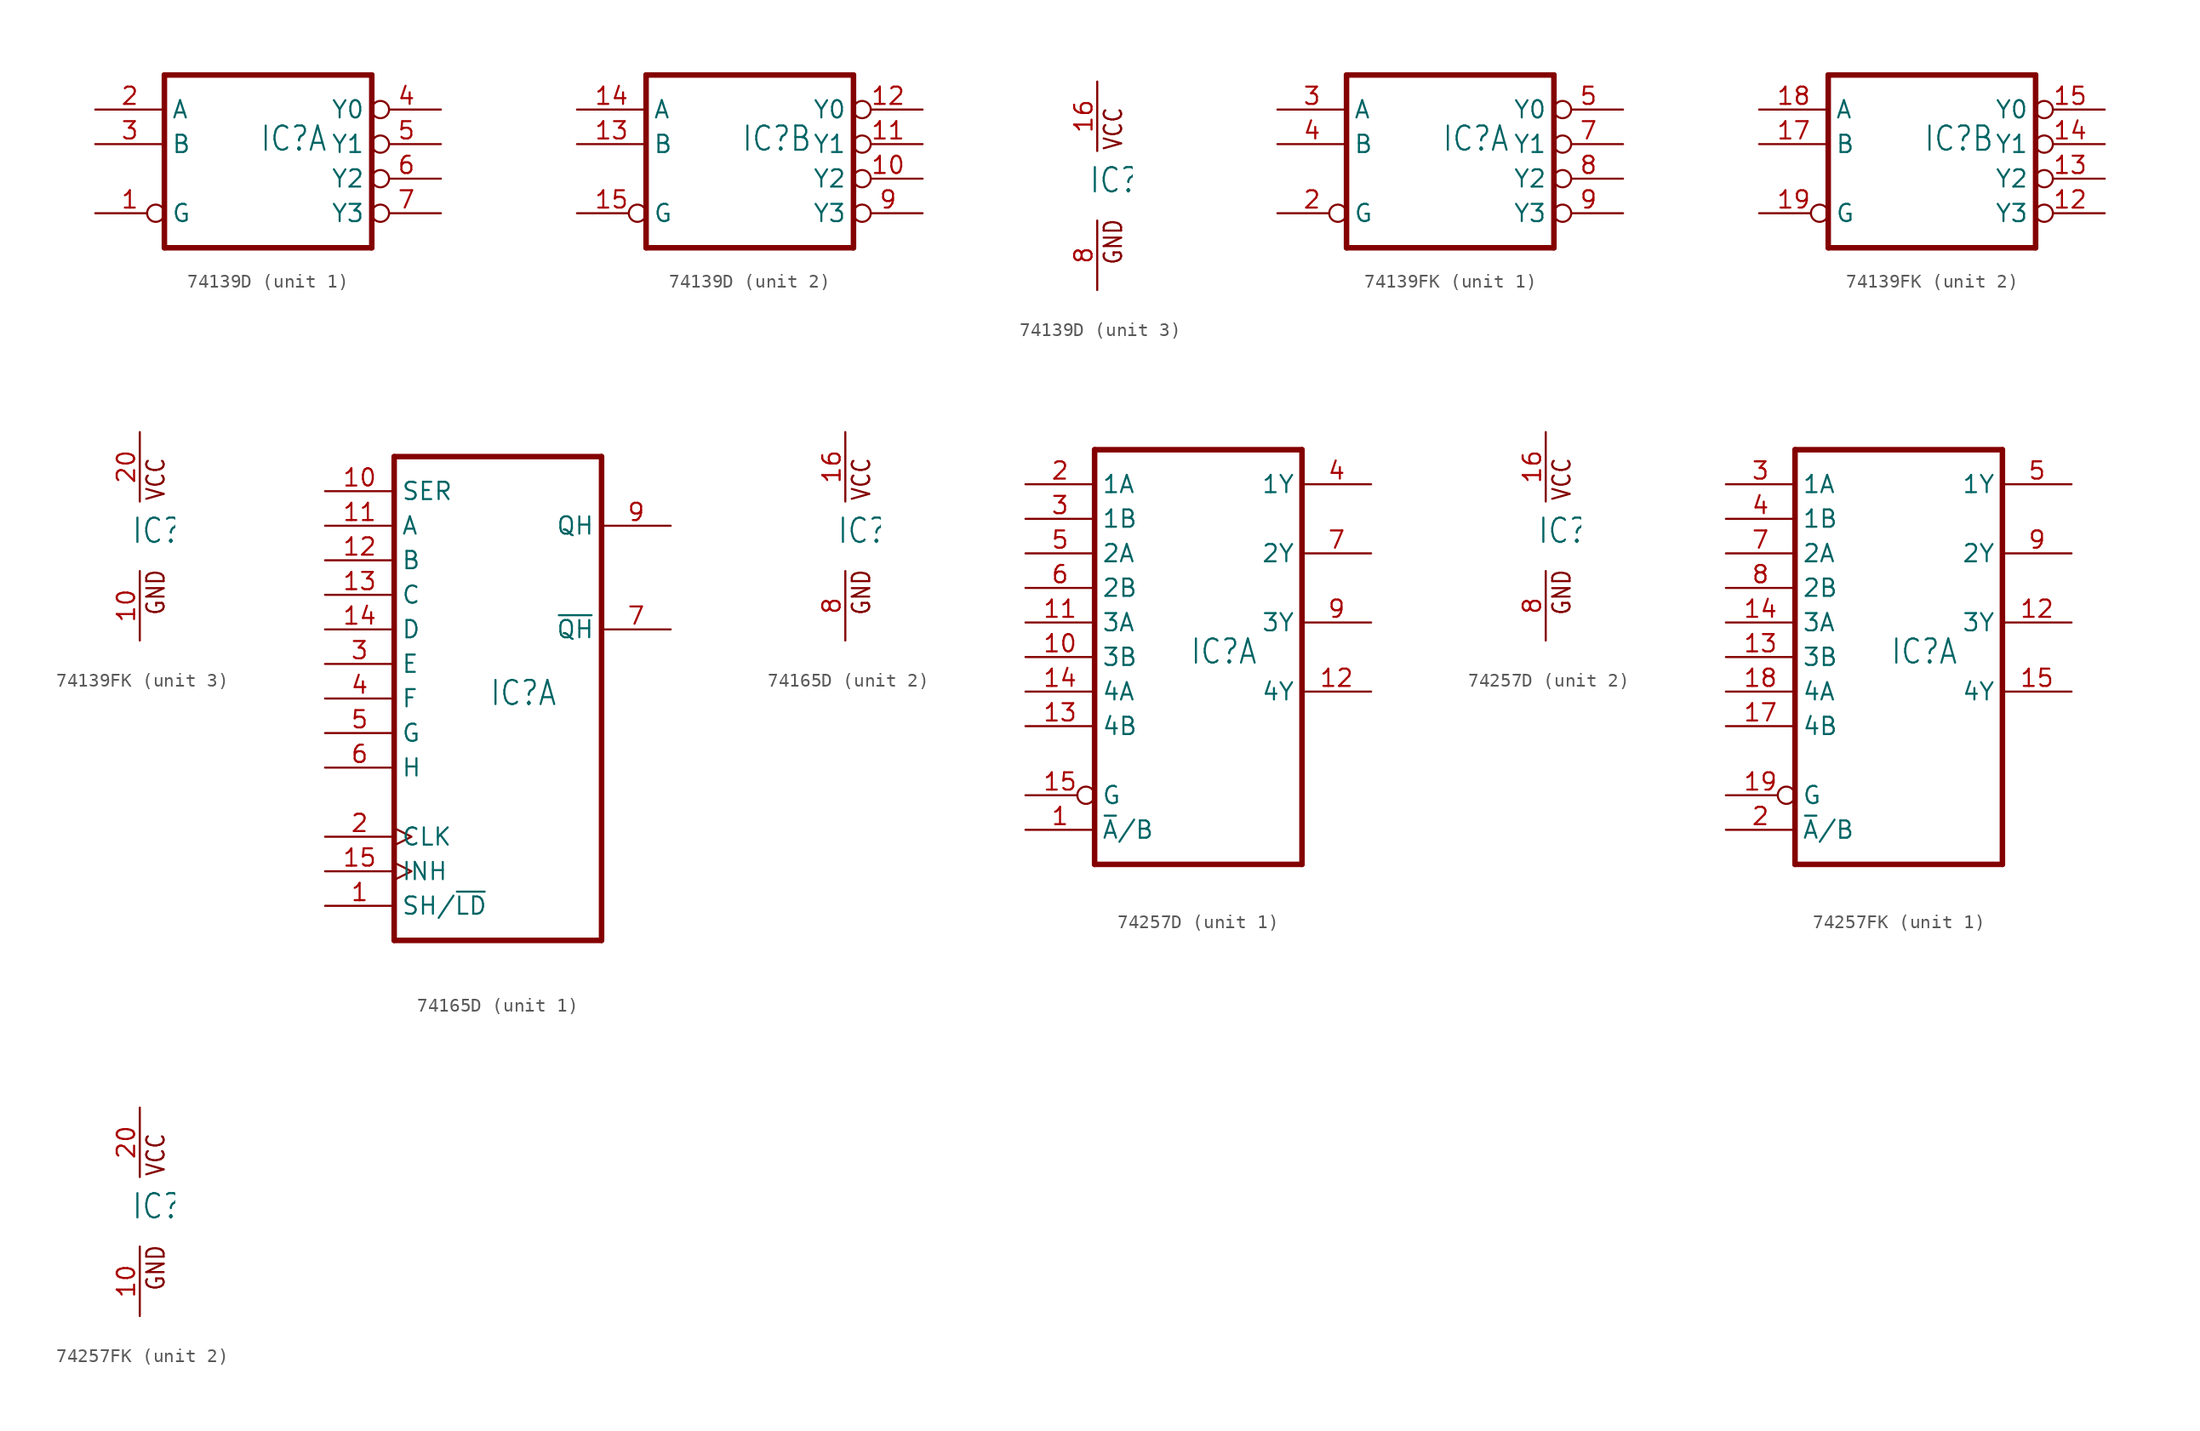
<source format=kicad_sym>
(kicad_symbol_lib
  (version 20220914)
  (generator kicad_symbol_editor)
  (symbol "74139D"
    (property "Reference" "IC"
      (at -0.635 -0.635 0)
      (effects (font (size 1.778 1.511)) (justify left bottom)))
    (property "ki_locked" ""
      (at 0 0 0)
      (effects (font (size 1.27 1.27))))
    (symbol "74139D_1_0"
      (polyline (pts (xy -7.62 -7.62) (xy 7.62 -7.62)) (stroke (width 0.406) (type solid)) (fill (type none)))
      (polyline (pts (xy -7.62 5.08) (xy -7.62 -7.62)) (stroke (width 0.406) (type solid)) (fill (type none)))
      (polyline (pts (xy 7.62 -7.62) (xy 7.62 5.08)) (stroke (width 0.406) (type solid)) (fill (type none)))
      (polyline (pts (xy 7.62 5.08) (xy -7.62 5.08)) (stroke (width 0.406) (type solid)) (fill (type none)))
      (pin input inverted (at -12.7 -5.08 0) (length 5.08) (name "G" (effects (font (size 1.27 1.27)))) (number "1" (effects (font (size 1.27 1.27)))))
      (pin input line (at -12.7 2.54 0) (length 5.08) (name "A" (effects (font (size 1.27 1.27)))) (number "2" (effects (font (size 1.27 1.27)))))
      (pin input line (at -12.7 0 0) (length 5.08) (name "B" (effects (font (size 1.27 1.27)))) (number "3" (effects (font (size 1.27 1.27)))))
      (pin output inverted (at 12.7 2.54 180) (length 5.08) (name "Y0" (effects (font (size 1.27 1.27)))) (number "4" (effects (font (size 1.27 1.27)))))
      (pin output inverted (at 12.7 0 180) (length 5.08) (name "Y1" (effects (font (size 1.27 1.27)))) (number "5" (effects (font (size 1.27 1.27)))))
      (pin output inverted (at 12.7 -2.54 180) (length 5.08) (name "Y2" (effects (font (size 1.27 1.27)))) (number "6" (effects (font (size 1.27 1.27)))))
      (pin output inverted (at 12.7 -5.08 180) (length 5.08) (name "Y3" (effects (font (size 1.27 1.27)))) (number "7" (effects (font (size 1.27 1.27))))))
    (symbol "74139D_2_0"
      (polyline (pts (xy -7.62 -7.62) (xy 7.62 -7.62)) (stroke (width 0.406) (type solid)) (fill (type none)))
      (polyline (pts (xy -7.62 5.08) (xy -7.62 -7.62)) (stroke (width 0.406) (type solid)) (fill (type none)))
      (polyline (pts (xy 7.62 -7.62) (xy 7.62 5.08)) (stroke (width 0.406) (type solid)) (fill (type none)))
      (polyline (pts (xy 7.62 5.08) (xy -7.62 5.08)) (stroke (width 0.406) (type solid)) (fill (type none)))
      (pin output inverted (at 12.7 -2.54 180) (length 5.08) (name "Y2" (effects (font (size 1.27 1.27)))) (number "10" (effects (font (size 1.27 1.27)))))
      (pin output inverted (at 12.7 0 180) (length 5.08) (name "Y1" (effects (font (size 1.27 1.27)))) (number "11" (effects (font (size 1.27 1.27)))))
      (pin output inverted (at 12.7 2.54 180) (length 5.08) (name "Y0" (effects (font (size 1.27 1.27)))) (number "12" (effects (font (size 1.27 1.27)))))
      (pin input line (at -12.7 0 0) (length 5.08) (name "B" (effects (font (size 1.27 1.27)))) (number "13" (effects (font (size 1.27 1.27)))))
      (pin input line (at -12.7 2.54 0) (length 5.08) (name "A" (effects (font (size 1.27 1.27)))) (number "14" (effects (font (size 1.27 1.27)))))
      (pin input inverted (at -12.7 -5.08 0) (length 5.08) (name "G" (effects (font (size 1.27 1.27)))) (number "15" (effects (font (size 1.27 1.27)))))
      (pin output inverted (at 12.7 -5.08 180) (length 5.08) (name "Y3" (effects (font (size 1.27 1.27)))) (number "9" (effects (font (size 1.27 1.27))))))
    (symbol "74139D_3_0"
      (text "GND" (at 1.905 -5.842 900) (effects (font (size 1.27 1.079)) (justify left bottom)))
      (text "VCC" (at 1.905 2.54 900) (effects (font (size 1.27 1.079)) (justify left bottom)))
      (pin power_in line (at 0 7.62 270) (length 5.08) (name "VCC" (effects (font (size 0 0)))) (number "16" (effects (font (size 1.27 1.27)))))
      (pin power_in line (at 0 -7.62 90) (length 5.08) (name "GND" (effects (font (size 0 0)))) (number "8" (effects (font (size 1.27 1.27)))))))
  (symbol "74139FK"
    (property "Reference" "IC"
      (at -0.635 -0.635 0)
      (effects (font (size 1.778 1.511)) (justify left bottom)))
    (property "ki_locked" ""
      (at 0 0 0)
      (effects (font (size 1.27 1.27))))
    (symbol "74139FK_1_0"
      (polyline (pts (xy -7.62 -7.62) (xy 7.62 -7.62)) (stroke (width 0.406) (type solid)) (fill (type none)))
      (polyline (pts (xy -7.62 5.08) (xy -7.62 -7.62)) (stroke (width 0.406) (type solid)) (fill (type none)))
      (polyline (pts (xy 7.62 -7.62) (xy 7.62 5.08)) (stroke (width 0.406) (type solid)) (fill (type none)))
      (polyline (pts (xy 7.62 5.08) (xy -7.62 5.08)) (stroke (width 0.406) (type solid)) (fill (type none)))
      (pin input inverted (at -12.7 -5.08 0) (length 5.08) (name "G" (effects (font (size 1.27 1.27)))) (number "2" (effects (font (size 1.27 1.27)))))
      (pin input line (at -12.7 2.54 0) (length 5.08) (name "A" (effects (font (size 1.27 1.27)))) (number "3" (effects (font (size 1.27 1.27)))))
      (pin input line (at -12.7 0 0) (length 5.08) (name "B" (effects (font (size 1.27 1.27)))) (number "4" (effects (font (size 1.27 1.27)))))
      (pin output inverted (at 12.7 2.54 180) (length 5.08) (name "Y0" (effects (font (size 1.27 1.27)))) (number "5" (effects (font (size 1.27 1.27)))))
      (pin output inverted (at 12.7 0 180) (length 5.08) (name "Y1" (effects (font (size 1.27 1.27)))) (number "7" (effects (font (size 1.27 1.27)))))
      (pin output inverted (at 12.7 -2.54 180) (length 5.08) (name "Y2" (effects (font (size 1.27 1.27)))) (number "8" (effects (font (size 1.27 1.27)))))
      (pin output inverted (at 12.7 -5.08 180) (length 5.08) (name "Y3" (effects (font (size 1.27 1.27)))) (number "9" (effects (font (size 1.27 1.27))))))
    (symbol "74139FK_2_0"
      (polyline (pts (xy -7.62 -7.62) (xy 7.62 -7.62)) (stroke (width 0.406) (type solid)) (fill (type none)))
      (polyline (pts (xy -7.62 5.08) (xy -7.62 -7.62)) (stroke (width 0.406) (type solid)) (fill (type none)))
      (polyline (pts (xy 7.62 -7.62) (xy 7.62 5.08)) (stroke (width 0.406) (type solid)) (fill (type none)))
      (polyline (pts (xy 7.62 5.08) (xy -7.62 5.08)) (stroke (width 0.406) (type solid)) (fill (type none)))
      (pin output inverted (at 12.7 -5.08 180) (length 5.08) (name "Y3" (effects (font (size 1.27 1.27)))) (number "12" (effects (font (size 1.27 1.27)))))
      (pin output inverted (at 12.7 -2.54 180) (length 5.08) (name "Y2" (effects (font (size 1.27 1.27)))) (number "13" (effects (font (size 1.27 1.27)))))
      (pin output inverted (at 12.7 0 180) (length 5.08) (name "Y1" (effects (font (size 1.27 1.27)))) (number "14" (effects (font (size 1.27 1.27)))))
      (pin output inverted (at 12.7 2.54 180) (length 5.08) (name "Y0" (effects (font (size 1.27 1.27)))) (number "15" (effects (font (size 1.27 1.27)))))
      (pin input line (at -12.7 0 0) (length 5.08) (name "B" (effects (font (size 1.27 1.27)))) (number "17" (effects (font (size 1.27 1.27)))))
      (pin input line (at -12.7 2.54 0) (length 5.08) (name "A" (effects (font (size 1.27 1.27)))) (number "18" (effects (font (size 1.27 1.27)))))
      (pin input inverted (at -12.7 -5.08 0) (length 5.08) (name "G" (effects (font (size 1.27 1.27)))) (number "19" (effects (font (size 1.27 1.27))))))
    (symbol "74139FK_3_0"
      (text "GND" (at 1.905 -5.842 900) (effects (font (size 1.27 1.079)) (justify left bottom)))
      (text "VCC" (at 1.905 2.54 900) (effects (font (size 1.27 1.079)) (justify left bottom)))
      (pin power_in line (at 0 -7.62 90) (length 5.08) (name "GND" (effects (font (size 0 0)))) (number "10" (effects (font (size 1.27 1.27)))))
      (pin power_in line (at 0 7.62 270) (length 5.08) (name "VCC" (effects (font (size 0 0)))) (number "20" (effects (font (size 1.27 1.27)))))))
  (symbol "74165D"
    (property "Reference" "IC"
      (at -0.635 -0.635 0)
      (effects (font (size 1.778 1.511)) (justify left bottom)))
    (property "ki_locked" ""
      (at 0 0 0)
      (effects (font (size 1.27 1.27))))
    (symbol "74165D_1_0"
      (polyline (pts (xy -7.62 -17.78) (xy 7.62 -17.78)) (stroke (width 0.406) (type solid)) (fill (type none)))
      (polyline (pts (xy -7.62 17.78) (xy -7.62 -17.78)) (stroke (width 0.406) (type solid)) (fill (type none)))
      (polyline (pts (xy 7.62 -17.78) (xy 7.62 17.78)) (stroke (width 0.406) (type solid)) (fill (type none)))
      (polyline (pts (xy 7.62 17.78) (xy -7.62 17.78)) (stroke (width 0.406) (type solid)) (fill (type none)))
      (pin input line (at -12.7 -15.24 0) (length 5.08) (name "SH/~{LD}" (effects (font (size 1.27 1.27)))) (number "1" (effects (font (size 1.27 1.27)))))
      (pin input line (at -12.7 15.24 0) (length 5.08) (name "SER" (effects (font (size 1.27 1.27)))) (number "10" (effects (font (size 1.27 1.27)))))
      (pin input line (at -12.7 12.7 0) (length 5.08) (name "A" (effects (font (size 1.27 1.27)))) (number "11" (effects (font (size 1.27 1.27)))))
      (pin input line (at -12.7 10.16 0) (length 5.08) (name "B" (effects (font (size 1.27 1.27)))) (number "12" (effects (font (size 1.27 1.27)))))
      (pin input line (at -12.7 7.62 0) (length 5.08) (name "C" (effects (font (size 1.27 1.27)))) (number "13" (effects (font (size 1.27 1.27)))))
      (pin input line (at -12.7 5.08 0) (length 5.08) (name "D" (effects (font (size 1.27 1.27)))) (number "14" (effects (font (size 1.27 1.27)))))
      (pin input clock (at -12.7 -12.7 0) (length 5.08) (name "INH" (effects (font (size 1.27 1.27)))) (number "15" (effects (font (size 1.27 1.27)))))
      (pin input clock (at -12.7 -10.16 0) (length 5.08) (name "CLK" (effects (font (size 1.27 1.27)))) (number "2" (effects (font (size 1.27 1.27)))))
      (pin input line (at -12.7 2.54 0) (length 5.08) (name "E" (effects (font (size 1.27 1.27)))) (number "3" (effects (font (size 1.27 1.27)))))
      (pin input line (at -12.7 0 0) (length 5.08) (name "F" (effects (font (size 1.27 1.27)))) (number "4" (effects (font (size 1.27 1.27)))))
      (pin input line (at -12.7 -2.54 0) (length 5.08) (name "G" (effects (font (size 1.27 1.27)))) (number "5" (effects (font (size 1.27 1.27)))))
      (pin input line (at -12.7 -5.08 0) (length 5.08) (name "H" (effects (font (size 1.27 1.27)))) (number "6" (effects (font (size 1.27 1.27)))))
      (pin output line (at 12.7 5.08 180) (length 5.08) (name "~{QH}" (effects (font (size 1.27 1.27)))) (number "7" (effects (font (size 1.27 1.27)))))
      (pin output line (at 12.7 12.7 180) (length 5.08) (name "QH" (effects (font (size 1.27 1.27)))) (number "9" (effects (font (size 1.27 1.27))))))
    (symbol "74165D_2_0"
      (text "GND" (at 1.905 -5.842 900) (effects (font (size 1.27 1.079)) (justify left bottom)))
      (text "VCC" (at 1.905 2.54 900) (effects (font (size 1.27 1.079)) (justify left bottom)))
      (pin power_in line (at 0 7.62 270) (length 5.08) (name "VCC" (effects (font (size 0 0)))) (number "16" (effects (font (size 1.27 1.27)))))
      (pin power_in line (at 0 -7.62 90) (length 5.08) (name "GND" (effects (font (size 0 0)))) (number "8" (effects (font (size 1.27 1.27)))))))
  (symbol "74257D"
    (property "Reference" "IC"
      (at -0.635 -0.635 0)
      (effects (font (size 1.778 1.511)) (justify left bottom)))
    (property "ki_locked" ""
      (at 0 0 0)
      (effects (font (size 1.27 1.27))))
    (symbol "74257D_1_0"
      (polyline (pts (xy -7.62 -15.24) (xy 7.62 -15.24)) (stroke (width 0.406) (type solid)) (fill (type none)))
      (polyline (pts (xy -7.62 15.24) (xy -7.62 -15.24)) (stroke (width 0.406) (type solid)) (fill (type none)))
      (polyline (pts (xy 7.62 -15.24) (xy 7.62 15.24)) (stroke (width 0.406) (type solid)) (fill (type none)))
      (polyline (pts (xy 7.62 15.24) (xy -7.62 15.24)) (stroke (width 0.406) (type solid)) (fill (type none)))
      (pin input line (at -12.7 -12.7 0) (length 5.08) (name "~{A}/B" (effects (font (size 1.27 1.27)))) (number "1" (effects (font (size 1.27 1.27)))))
      (pin input line (at -12.7 0 0) (length 5.08) (name "3B" (effects (font (size 1.27 1.27)))) (number "10" (effects (font (size 1.27 1.27)))))
      (pin input line (at -12.7 2.54 0) (length 5.08) (name "3A" (effects (font (size 1.27 1.27)))) (number "11" (effects (font (size 1.27 1.27)))))
      (pin tri_state line (at 12.7 -2.54 180) (length 5.08) (name "4Y" (effects (font (size 1.27 1.27)))) (number "12" (effects (font (size 1.27 1.27)))))
      (pin input line (at -12.7 -5.08 0) (length 5.08) (name "4B" (effects (font (size 1.27 1.27)))) (number "13" (effects (font (size 1.27 1.27)))))
      (pin input line (at -12.7 -2.54 0) (length 5.08) (name "4A" (effects (font (size 1.27 1.27)))) (number "14" (effects (font (size 1.27 1.27)))))
      (pin input inverted (at -12.7 -10.16 0) (length 5.08) (name "G" (effects (font (size 1.27 1.27)))) (number "15" (effects (font (size 1.27 1.27)))))
      (pin input line (at -12.7 12.7 0) (length 5.08) (name "1A" (effects (font (size 1.27 1.27)))) (number "2" (effects (font (size 1.27 1.27)))))
      (pin input line (at -12.7 10.16 0) (length 5.08) (name "1B" (effects (font (size 1.27 1.27)))) (number "3" (effects (font (size 1.27 1.27)))))
      (pin tri_state line (at 12.7 12.7 180) (length 5.08) (name "1Y" (effects (font (size 1.27 1.27)))) (number "4" (effects (font (size 1.27 1.27)))))
      (pin input line (at -12.7 7.62 0) (length 5.08) (name "2A" (effects (font (size 1.27 1.27)))) (number "5" (effects (font (size 1.27 1.27)))))
      (pin input line (at -12.7 5.08 0) (length 5.08) (name "2B" (effects (font (size 1.27 1.27)))) (number "6" (effects (font (size 1.27 1.27)))))
      (pin tri_state line (at 12.7 7.62 180) (length 5.08) (name "2Y" (effects (font (size 1.27 1.27)))) (number "7" (effects (font (size 1.27 1.27)))))
      (pin tri_state line (at 12.7 2.54 180) (length 5.08) (name "3Y" (effects (font (size 1.27 1.27)))) (number "9" (effects (font (size 1.27 1.27))))))
    (symbol "74257D_2_0"
      (text "GND" (at 1.905 -5.842 900) (effects (font (size 1.27 1.079)) (justify left bottom)))
      (text "VCC" (at 1.905 2.54 900) (effects (font (size 1.27 1.079)) (justify left bottom)))
      (pin power_in line (at 0 7.62 270) (length 5.08) (name "VCC" (effects (font (size 0 0)))) (number "16" (effects (font (size 1.27 1.27)))))
      (pin power_in line (at 0 -7.62 90) (length 5.08) (name "GND" (effects (font (size 0 0)))) (number "8" (effects (font (size 1.27 1.27)))))))
  (symbol "74257FK"
    (property "Reference" "IC"
      (at -0.635 -0.635 0)
      (effects (font (size 1.778 1.511)) (justify left bottom)))
    (property "ki_locked" ""
      (at 0 0 0)
      (effects (font (size 1.27 1.27))))
    (symbol "74257FK_1_0"
      (polyline (pts (xy -7.62 -15.24) (xy 7.62 -15.24)) (stroke (width 0.406) (type solid)) (fill (type none)))
      (polyline (pts (xy -7.62 15.24) (xy -7.62 -15.24)) (stroke (width 0.406) (type solid)) (fill (type none)))
      (polyline (pts (xy 7.62 -15.24) (xy 7.62 15.24)) (stroke (width 0.406) (type solid)) (fill (type none)))
      (polyline (pts (xy 7.62 15.24) (xy -7.62 15.24)) (stroke (width 0.406) (type solid)) (fill (type none)))
      (pin tri_state line (at 12.7 2.54 180) (length 5.08) (name "3Y" (effects (font (size 1.27 1.27)))) (number "12" (effects (font (size 1.27 1.27)))))
      (pin input line (at -12.7 0 0) (length 5.08) (name "3B" (effects (font (size 1.27 1.27)))) (number "13" (effects (font (size 1.27 1.27)))))
      (pin input line (at -12.7 2.54 0) (length 5.08) (name "3A" (effects (font (size 1.27 1.27)))) (number "14" (effects (font (size 1.27 1.27)))))
      (pin tri_state line (at 12.7 -2.54 180) (length 5.08) (name "4Y" (effects (font (size 1.27 1.27)))) (number "15" (effects (font (size 1.27 1.27)))))
      (pin input line (at -12.7 -5.08 0) (length 5.08) (name "4B" (effects (font (size 1.27 1.27)))) (number "17" (effects (font (size 1.27 1.27)))))
      (pin input line (at -12.7 -2.54 0) (length 5.08) (name "4A" (effects (font (size 1.27 1.27)))) (number "18" (effects (font (size 1.27 1.27)))))
      (pin input inverted (at -12.7 -10.16 0) (length 5.08) (name "G" (effects (font (size 1.27 1.27)))) (number "19" (effects (font (size 1.27 1.27)))))
      (pin input line (at -12.7 -12.7 0) (length 5.08) (name "~{A}/B" (effects (font (size 1.27 1.27)))) (number "2" (effects (font (size 1.27 1.27)))))
      (pin input line (at -12.7 12.7 0) (length 5.08) (name "1A" (effects (font (size 1.27 1.27)))) (number "3" (effects (font (size 1.27 1.27)))))
      (pin input line (at -12.7 10.16 0) (length 5.08) (name "1B" (effects (font (size 1.27 1.27)))) (number "4" (effects (font (size 1.27 1.27)))))
      (pin tri_state line (at 12.7 12.7 180) (length 5.08) (name "1Y" (effects (font (size 1.27 1.27)))) (number "5" (effects (font (size 1.27 1.27)))))
      (pin input line (at -12.7 7.62 0) (length 5.08) (name "2A" (effects (font (size 1.27 1.27)))) (number "7" (effects (font (size 1.27 1.27)))))
      (pin input line (at -12.7 5.08 0) (length 5.08) (name "2B" (effects (font (size 1.27 1.27)))) (number "8" (effects (font (size 1.27 1.27)))))
      (pin tri_state line (at 12.7 7.62 180) (length 5.08) (name "2Y" (effects (font (size 1.27 1.27)))) (number "9" (effects (font (size 1.27 1.27))))))
    (symbol "74257FK_2_0"
      (text "GND" (at 1.905 -5.842 900) (effects (font (size 1.27 1.079)) (justify left bottom)))
      (text "VCC" (at 1.905 2.54 900) (effects (font (size 1.27 1.079)) (justify left bottom)))
      (pin power_in line (at 0 -7.62 90) (length 5.08) (name "GND" (effects (font (size 0 0)))) (number "10" (effects (font (size 1.27 1.27)))))
      (pin power_in line (at 0 7.62 270) (length 5.08) (name "VCC" (effects (font (size 0 0)))) (number "20" (effects (font (size 1.27 1.27))))))))
</source>
